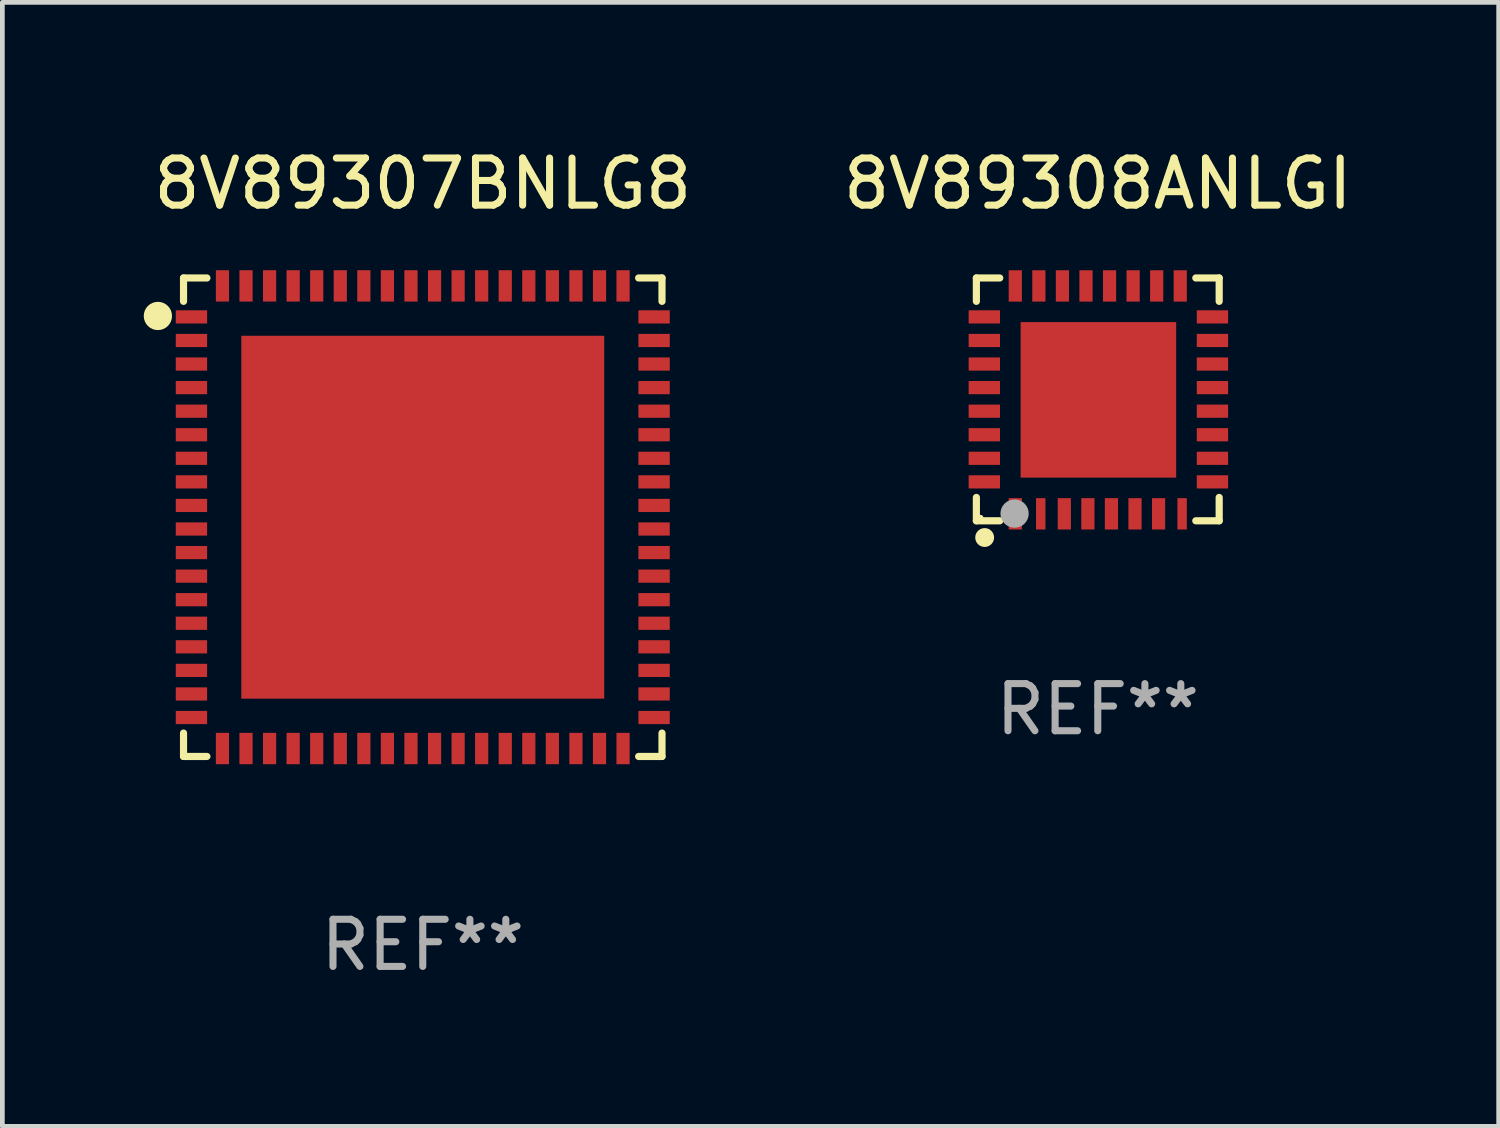
<source format=kicad_pcb>
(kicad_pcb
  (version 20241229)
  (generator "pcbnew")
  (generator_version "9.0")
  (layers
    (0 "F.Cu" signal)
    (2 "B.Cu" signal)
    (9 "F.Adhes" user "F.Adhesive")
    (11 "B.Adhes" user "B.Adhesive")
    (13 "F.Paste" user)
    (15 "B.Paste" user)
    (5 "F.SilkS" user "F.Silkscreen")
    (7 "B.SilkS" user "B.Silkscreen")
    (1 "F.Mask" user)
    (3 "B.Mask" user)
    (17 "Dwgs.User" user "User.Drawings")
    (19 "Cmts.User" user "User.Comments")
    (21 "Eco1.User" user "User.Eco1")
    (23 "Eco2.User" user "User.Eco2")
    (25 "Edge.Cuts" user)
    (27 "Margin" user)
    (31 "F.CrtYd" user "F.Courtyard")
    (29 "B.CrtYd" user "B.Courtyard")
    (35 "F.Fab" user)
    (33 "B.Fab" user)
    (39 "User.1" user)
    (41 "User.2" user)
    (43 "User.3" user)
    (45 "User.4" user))
  (footprint "8V89307BNLG8"
    (layer "F.Cu")
    (at 5.92 7.924)
    (property "Reference" "8V89307BNLG8" (at 0 -7.076 0) (layer "F.SilkS") (effects (font (size 1 1) (thickness 0.15))))
    (attr through_hole)
    (fp_line (start -5.076 -5.076) (end -5.076 -4.58) (stroke (width 0.152) (type solid)) (layer "F.SilkS"))
    (fp_line (start -5.076 5.076) (end -5.076 4.58) (stroke (width 0.152) (type solid)) (layer "F.SilkS"))
    (fp_line (start -4.58 -5.076) (end -5.076 -5.076) (stroke (width 0.152) (type solid)) (layer "F.SilkS"))
    (fp_line (start -4.58 5.076) (end -5.076 5.076) (stroke (width 0.152) (type solid)) (layer "F.SilkS"))
    (fp_line (start 4.58 -5.076) (end 5.076 -5.076) (stroke (width 0.152) (type solid)) (layer "F.SilkS"))
    (fp_line (start 4.58 5.076) (end 5.076 5.076) (stroke (width 0.152) (type solid)) (layer "F.SilkS"))
    (fp_line (start 5.076 -5.076) (end 5.076 -4.58) (stroke (width 0.152) (type solid)) (layer "F.SilkS"))
    (fp_line (start 5.076 5.076) (end 5.076 4.58) (stroke (width 0.152) (type solid)) (layer "F.SilkS"))
    (fp_circle (center -5.62 -4.27) (end -5.47 -4.27) (stroke (width 0.3) (type solid)) (fill no) (layer "F.SilkS"))
    (fp_text user "REF**" (at 0 9.076 0) (layer "F.Fab") (effects (font (size 1 1) (thickness 0.15))))
    (pad "1" smd rect (at -4.908 -4.25 270) (size 0.28 0.665) (layers "F.Cu" "F.Mask" "F.Paste"))
    (pad "2" smd rect (at -4.908 -3.75 270) (size 0.28 0.665) (layers "F.Cu" "F.Mask" "F.Paste"))
    (pad "3" smd rect (at -4.908 -3.25 270) (size 0.28 0.665) (layers "F.Cu" "F.Mask" "F.Paste"))
    (pad "4" smd rect (at -4.908 -2.75 270) (size 0.28 0.665) (layers "F.Cu" "F.Mask" "F.Paste"))
    (pad "5" smd rect (at -4.908 -2.25 270) (size 0.28 0.665) (layers "F.Cu" "F.Mask" "F.Paste"))
    (pad "6" smd rect (at -4.908 -1.75 270) (size 0.28 0.665) (layers "F.Cu" "F.Mask" "F.Paste"))
    (pad "7" smd rect (at -4.908 -1.25 270) (size 0.28 0.665) (layers "F.Cu" "F.Mask" "F.Paste"))
    (pad "8" smd rect (at -4.908 -0.75 270) (size 0.28 0.665) (layers "F.Cu" "F.Mask" "F.Paste"))
    (pad "9" smd rect (at -4.908 -0.25 270) (size 0.28 0.665) (layers "F.Cu" "F.Mask" "F.Paste"))
    (pad "10" smd rect (at -4.908 0.25 270) (size 0.28 0.665) (layers "F.Cu" "F.Mask" "F.Paste"))
    (pad "11" smd rect (at -4.908 0.75 270) (size 0.28 0.665) (layers "F.Cu" "F.Mask" "F.Paste"))
    (pad "12" smd rect (at -4.908 1.25 270) (size 0.28 0.665) (layers "F.Cu" "F.Mask" "F.Paste"))
    (pad "13" smd rect (at -4.908 1.75 270) (size 0.28 0.665) (layers "F.Cu" "F.Mask" "F.Paste"))
    (pad "14" smd rect (at -4.908 2.25 270) (size 0.28 0.665) (layers "F.Cu" "F.Mask" "F.Paste"))
    (pad "15" smd rect (at -4.908 2.75 270) (size 0.28 0.665) (layers "F.Cu" "F.Mask" "F.Paste"))
    (pad "16" smd rect (at -4.908 3.25 270) (size 0.28 0.665) (layers "F.Cu" "F.Mask" "F.Paste"))
    (pad "17" smd rect (at -4.908 3.75 270) (size 0.28 0.665) (layers "F.Cu" "F.Mask" "F.Paste"))
    (pad "18" smd rect (at -4.908 4.25 270) (size 0.28 0.665) (layers "F.Cu" "F.Mask" "F.Paste"))
    (pad "19" smd rect (at -4.25 4.908 270) (size 0.665 0.28) (layers "F.Cu" "F.Mask" "F.Paste"))
    (pad "20" smd rect (at -3.75 4.908 270) (size 0.665 0.28) (layers "F.Cu" "F.Mask" "F.Paste"))
    (pad "21" smd rect (at -3.25 4.908 270) (size 0.665 0.28) (layers "F.Cu" "F.Mask" "F.Paste"))
    (pad "22" smd rect (at -2.75 4.908 270) (size 0.665 0.28) (layers "F.Cu" "F.Mask" "F.Paste"))
    (pad "23" smd rect (at -2.25 4.908 270) (size 0.665 0.28) (layers "F.Cu" "F.Mask" "F.Paste"))
    (pad "24" smd rect (at -1.75 4.908 270) (size 0.665 0.28) (layers "F.Cu" "F.Mask" "F.Paste"))
    (pad "25" smd rect (at -1.25 4.908 270) (size 0.665 0.28) (layers "F.Cu" "F.Mask" "F.Paste"))
    (pad "26" smd rect (at -0.75 4.908 270) (size 0.665 0.28) (layers "F.Cu" "F.Mask" "F.Paste"))
    (pad "27" smd rect (at -0.25 4.908 270) (size 0.665 0.28) (layers "F.Cu" "F.Mask" "F.Paste"))
    (pad "28" smd rect (at 0.25 4.908 270) (size 0.665 0.28) (layers "F.Cu" "F.Mask" "F.Paste"))
    (pad "29" smd rect (at 0.75 4.908 270) (size 0.665 0.28) (layers "F.Cu" "F.Mask" "F.Paste"))
    (pad "30" smd rect (at 1.25 4.908 270) (size 0.665 0.28) (layers "F.Cu" "F.Mask" "F.Paste"))
    (pad "31" smd rect (at 1.75 4.908 270) (size 0.665 0.28) (layers "F.Cu" "F.Mask" "F.Paste"))
    (pad "32" smd rect (at 2.25 4.908 270) (size 0.665 0.28) (layers "F.Cu" "F.Mask" "F.Paste"))
    (pad "33" smd rect (at 2.75 4.908 270) (size 0.665 0.28) (layers "F.Cu" "F.Mask" "F.Paste"))
    (pad "34" smd rect (at 3.25 4.908 270) (size 0.665 0.28) (layers "F.Cu" "F.Mask" "F.Paste"))
    (pad "35" smd rect (at 3.75 4.908 270) (size 0.665 0.28) (layers "F.Cu" "F.Mask" "F.Paste"))
    (pad "36" smd rect (at 4.25 4.908 270) (size 0.665 0.28) (layers "F.Cu" "F.Mask" "F.Paste"))
    (pad "37" smd rect (at 4.908 4.25 270) (size 0.28 0.665) (layers "F.Cu" "F.Mask" "F.Paste"))
    (pad "38" smd rect (at 4.908 3.75 270) (size 0.28 0.665) (layers "F.Cu" "F.Mask" "F.Paste"))
    (pad "39" smd rect (at 4.908 3.25 270) (size 0.28 0.665) (layers "F.Cu" "F.Mask" "F.Paste"))
    (pad "40" smd rect (at 4.908 2.75 270) (size 0.28 0.665) (layers "F.Cu" "F.Mask" "F.Paste"))
    (pad "41" smd rect (at 4.908 2.25 270) (size 0.28 0.665) (layers "F.Cu" "F.Mask" "F.Paste"))
    (pad "42" smd rect (at 4.908 1.75 270) (size 0.28 0.665) (layers "F.Cu" "F.Mask" "F.Paste"))
    (pad "43" smd rect (at 4.908 1.25 270) (size 0.28 0.665) (layers "F.Cu" "F.Mask" "F.Paste"))
    (pad "44" smd rect (at 4.908 0.75 270) (size 0.28 0.665) (layers "F.Cu" "F.Mask" "F.Paste"))
    (pad "45" smd rect (at 4.908 0.25 270) (size 0.28 0.665) (layers "F.Cu" "F.Mask" "F.Paste"))
    (pad "46" smd rect (at 4.908 -0.25 270) (size 0.28 0.665) (layers "F.Cu" "F.Mask" "F.Paste"))
    (pad "47" smd rect (at 4.908 -0.75 270) (size 0.28 0.665) (layers "F.Cu" "F.Mask" "F.Paste"))
    (pad "48" smd rect (at 4.908 -1.25 270) (size 0.28 0.665) (layers "F.Cu" "F.Mask" "F.Paste"))
    (pad "49" smd rect (at 4.908 -1.75 270) (size 0.28 0.665) (layers "F.Cu" "F.Mask" "F.Paste"))
    (pad "50" smd rect (at 4.908 -2.25 270) (size 0.28 0.665) (layers "F.Cu" "F.Mask" "F.Paste"))
    (pad "51" smd rect (at 4.908 -2.75 270) (size 0.28 0.665) (layers "F.Cu" "F.Mask" "F.Paste"))
    (pad "52" smd rect (at 4.908 -3.25 270) (size 0.28 0.665) (layers "F.Cu" "F.Mask" "F.Paste"))
    (pad "53" smd rect (at 4.908 -3.75 270) (size 0.28 0.665) (layers "F.Cu" "F.Mask" "F.Paste"))
    (pad "54" smd rect (at 4.908 -4.25 270) (size 0.28 0.665) (layers "F.Cu" "F.Mask" "F.Paste"))
    (pad "55" smd rect (at 4.25 -4.908 270) (size 0.665 0.28) (layers "F.Cu" "F.Mask" "F.Paste"))
    (pad "56" smd rect (at 3.75 -4.908 270) (size 0.665 0.28) (layers "F.Cu" "F.Mask" "F.Paste"))
    (pad "57" smd rect (at 3.25 -4.908 270) (size 0.665 0.28) (layers "F.Cu" "F.Mask" "F.Paste"))
    (pad "58" smd rect (at 2.75 -4.908 270) (size 0.665 0.28) (layers "F.Cu" "F.Mask" "F.Paste"))
    (pad "59" smd rect (at 2.25 -4.908 270) (size 0.665 0.28) (layers "F.Cu" "F.Mask" "F.Paste"))
    (pad "60" smd rect (at 1.75 -4.908 270) (size 0.665 0.28) (layers "F.Cu" "F.Mask" "F.Paste"))
    (pad "61" smd rect (at 1.25 -4.908 270) (size 0.665 0.28) (layers "F.Cu" "F.Mask" "F.Paste"))
    (pad "62" smd rect (at 0.75 -4.908 270) (size 0.665 0.28) (layers "F.Cu" "F.Mask" "F.Paste"))
    (pad "63" smd rect (at 0.25 -4.908 270) (size 0.665 0.28) (layers "F.Cu" "F.Mask" "F.Paste"))
    (pad "64" smd rect (at -0.25 -4.908 270) (size 0.665 0.28) (layers "F.Cu" "F.Mask" "F.Paste"))
    (pad "65" smd rect (at -0.75 -4.908 270) (size 0.665 0.28) (layers "F.Cu" "F.Mask" "F.Paste"))
    (pad "66" smd rect (at -1.25 -4.908 270) (size 0.665 0.28) (layers "F.Cu" "F.Mask" "F.Paste"))
    (pad "67" smd rect (at -1.75 -4.908 270) (size 0.665 0.28) (layers "F.Cu" "F.Mask" "F.Paste"))
    (pad "68" smd rect (at -2.25 -4.908 270) (size 0.665 0.28) (layers "F.Cu" "F.Mask" "F.Paste"))
    (pad "69" smd rect (at -2.75 -4.908 270) (size 0.665 0.28) (layers "F.Cu" "F.Mask" "F.Paste"))
    (pad "70" smd rect (at -3.25 -4.908 270) (size 0.665 0.28) (layers "F.Cu" "F.Mask" "F.Paste"))
    (pad "71" smd rect (at -3.75 -4.908 270) (size 0.665 0.28) (layers "F.Cu" "F.Mask" "F.Paste"))
    (pad "72" smd rect (at -4.25 -4.908 270) (size 0.665 0.28) (layers "F.Cu" "F.Mask" "F.Paste"))
    (pad "73" smd rect (at 0 0 270) (size 7.7 7.7) (layers "F.Cu" "F.Mask" "F.Paste")))
  (footprint "8V89308ANLGI"
    (layer "F.Cu")
    (at 20.242 5.424)
    (property "Reference" "8V89308ANLGI" (at 0 -4.576 0) (layer "F.SilkS") (effects (font (size 1 1) (thickness 0.15))))
    (attr through_hole)
    (fp_line (start -2.576 -2.576) (end -2.576 -2.08) (stroke (width 0.152) (type solid)) (layer "F.SilkS"))
    (fp_line (start -2.576 2.576) (end -2.576 2.08) (stroke (width 0.152) (type solid)) (layer "F.SilkS"))
    (fp_line (start -2.08 -2.576) (end -2.576 -2.576) (stroke (width 0.152) (type solid)) (layer "F.SilkS"))
    (fp_line (start -2.08 2.576) (end -2.576 2.576) (stroke (width 0.152) (type solid)) (layer "F.SilkS"))
    (fp_line (start 2.08 -2.576) (end 2.576 -2.576) (stroke (width 0.152) (type solid)) (layer "F.SilkS"))
    (fp_line (start 2.08 2.576) (end 2.576 2.576) (stroke (width 0.152) (type solid)) (layer "F.SilkS"))
    (fp_line (start 2.576 -2.576) (end 2.576 -2.08) (stroke (width 0.152) (type solid)) (layer "F.SilkS"))
    (fp_line (start 2.576 2.576) (end 2.576 2.08) (stroke (width 0.152) (type solid)) (layer "F.SilkS"))
    (fp_circle (center -2.487 2.51) (end -2.457 2.51) (stroke (width 0.06) (type solid)) (fill no) (layer "F.SilkS"))
    (fp_circle (center -2.4 2.931) (end -2.3 2.931) (stroke (width 0.2) (type solid)) (fill no) (layer "F.SilkS"))
    (fp_circle (center -1.765 2.423) (end -1.615 2.423) (stroke (width 0.3) (type solid)) (fill no) (layer "F.Fab"))
    (fp_text user "REF**" (at 0 6.576 0) (layer "F.Fab") (effects (font (size 1 1) (thickness 0.15))))
    (pad "1" smd rect (at -1.75 2.428) (size 0.28 0.665) (layers "F.Cu" "F.Mask" "F.Paste"))
    (pad "2" smd rect (at -1.21 2.428) (size 0.2 0.665) (layers "F.Cu" "F.Mask" "F.Paste"))
    (pad "3" smd rect (at -0.71 2.428) (size 0.28 0.665) (layers "F.Cu" "F.Mask" "F.Paste"))
    (pad "4" smd rect (at -0.21 2.428) (size 0.28 0.665) (layers "F.Cu" "F.Mask" "F.Paste"))
    (pad "5" smd rect (at 0.29 2.428) (size 0.28 0.665) (layers "F.Cu" "F.Mask" "F.Paste"))
    (pad "6" smd rect (at 0.79 2.428) (size 0.28 0.665) (layers "F.Cu" "F.Mask" "F.Paste"))
    (pad "7" smd rect (at 1.29 2.428) (size 0.28 0.665) (layers "F.Cu" "F.Mask" "F.Paste"))
    (pad "8" smd rect (at 1.79 2.428) (size 0.2 0.665) (layers "F.Cu" "F.Mask" "F.Paste"))
    (pad "9" smd rect (at 2.433 1.75) (size 0.665 0.28) (layers "F.Cu" "F.Mask" "F.Paste"))
    (pad "10" smd rect (at 2.433 1.25) (size 0.665 0.28) (layers "F.Cu" "F.Mask" "F.Paste"))
    (pad "11" smd rect (at 2.433 0.75) (size 0.665 0.28) (layers "F.Cu" "F.Mask" "F.Paste"))
    (pad "12" smd rect (at 2.433 0.25) (size 0.665 0.28) (layers "F.Cu" "F.Mask" "F.Paste"))
    (pad "13" smd rect (at 2.433 -0.25) (size 0.665 0.28) (layers "F.Cu" "F.Mask" "F.Paste"))
    (pad "14" smd rect (at 2.433 -0.75) (size 0.665 0.28) (layers "F.Cu" "F.Mask" "F.Paste"))
    (pad "15" smd rect (at 2.433 -1.25) (size 0.665 0.28) (layers "F.Cu" "F.Mask" "F.Paste"))
    (pad "16" smd rect (at 2.433 -1.75) (size 0.665 0.28) (layers "F.Cu" "F.Mask" "F.Paste"))
    (pad "17" smd rect (at 1.75 -2.407) (size 0.28 0.665) (layers "F.Cu" "F.Mask" "F.Paste"))
    (pad "18" smd rect (at 1.25 -2.407) (size 0.28 0.665) (layers "F.Cu" "F.Mask" "F.Paste"))
    (pad "19" smd rect (at 0.75 -2.407) (size 0.28 0.665) (layers "F.Cu" "F.Mask" "F.Paste"))
    (pad "20" smd rect (at 0.25 -2.407) (size 0.28 0.665) (layers "F.Cu" "F.Mask" "F.Paste"))
    (pad "21" smd rect (at -0.25 -2.407) (size 0.28 0.665) (layers "F.Cu" "F.Mask" "F.Paste"))
    (pad "22" smd rect (at -0.75 -2.407) (size 0.28 0.665) (layers "F.Cu" "F.Mask" "F.Paste"))
    (pad "23" smd rect (at -1.25 -2.407) (size 0.28 0.665) (layers "F.Cu" "F.Mask" "F.Paste"))
    (pad "24" smd rect (at -1.75 -2.407) (size 0.28 0.665) (layers "F.Cu" "F.Mask" "F.Paste"))
    (pad "25" smd rect (at -2.407 -1.75) (size 0.665 0.28) (layers "F.Cu" "F.Mask" "F.Paste"))
    (pad "26" smd rect (at -2.407 -1.25) (size 0.665 0.28) (layers "F.Cu" "F.Mask" "F.Paste"))
    (pad "27" smd rect (at -2.407 -0.75) (size 0.665 0.28) (layers "F.Cu" "F.Mask" "F.Paste"))
    (pad "28" smd rect (at -2.407 -0.25) (size 0.665 0.28) (layers "F.Cu" "F.Mask" "F.Paste"))
    (pad "29" smd rect (at -2.407 0.25) (size 0.665 0.28) (layers "F.Cu" "F.Mask" "F.Paste"))
    (pad "30" smd rect (at -2.407 0.75) (size 0.665 0.28) (layers "F.Cu" "F.Mask" "F.Paste"))
    (pad "31" smd rect (at -2.407 1.25) (size 0.665 0.28) (layers "F.Cu" "F.Mask" "F.Paste"))
    (pad "32" smd rect (at -2.407 1.75) (size 0.665 0.28) (layers "F.Cu" "F.Mask" "F.Paste"))
    (pad "33" smd rect (at 0.013 0.01) (size 3.3 3.3) (layers "F.Cu" "F.Mask" "F.Paste")))
  (gr_rect
    (start -3 -3)
    (end 28.748 20.849)
    (stroke (width 0.1) (type default))
    (fill no)
    (layer "Edge.Cuts")))
</source>
